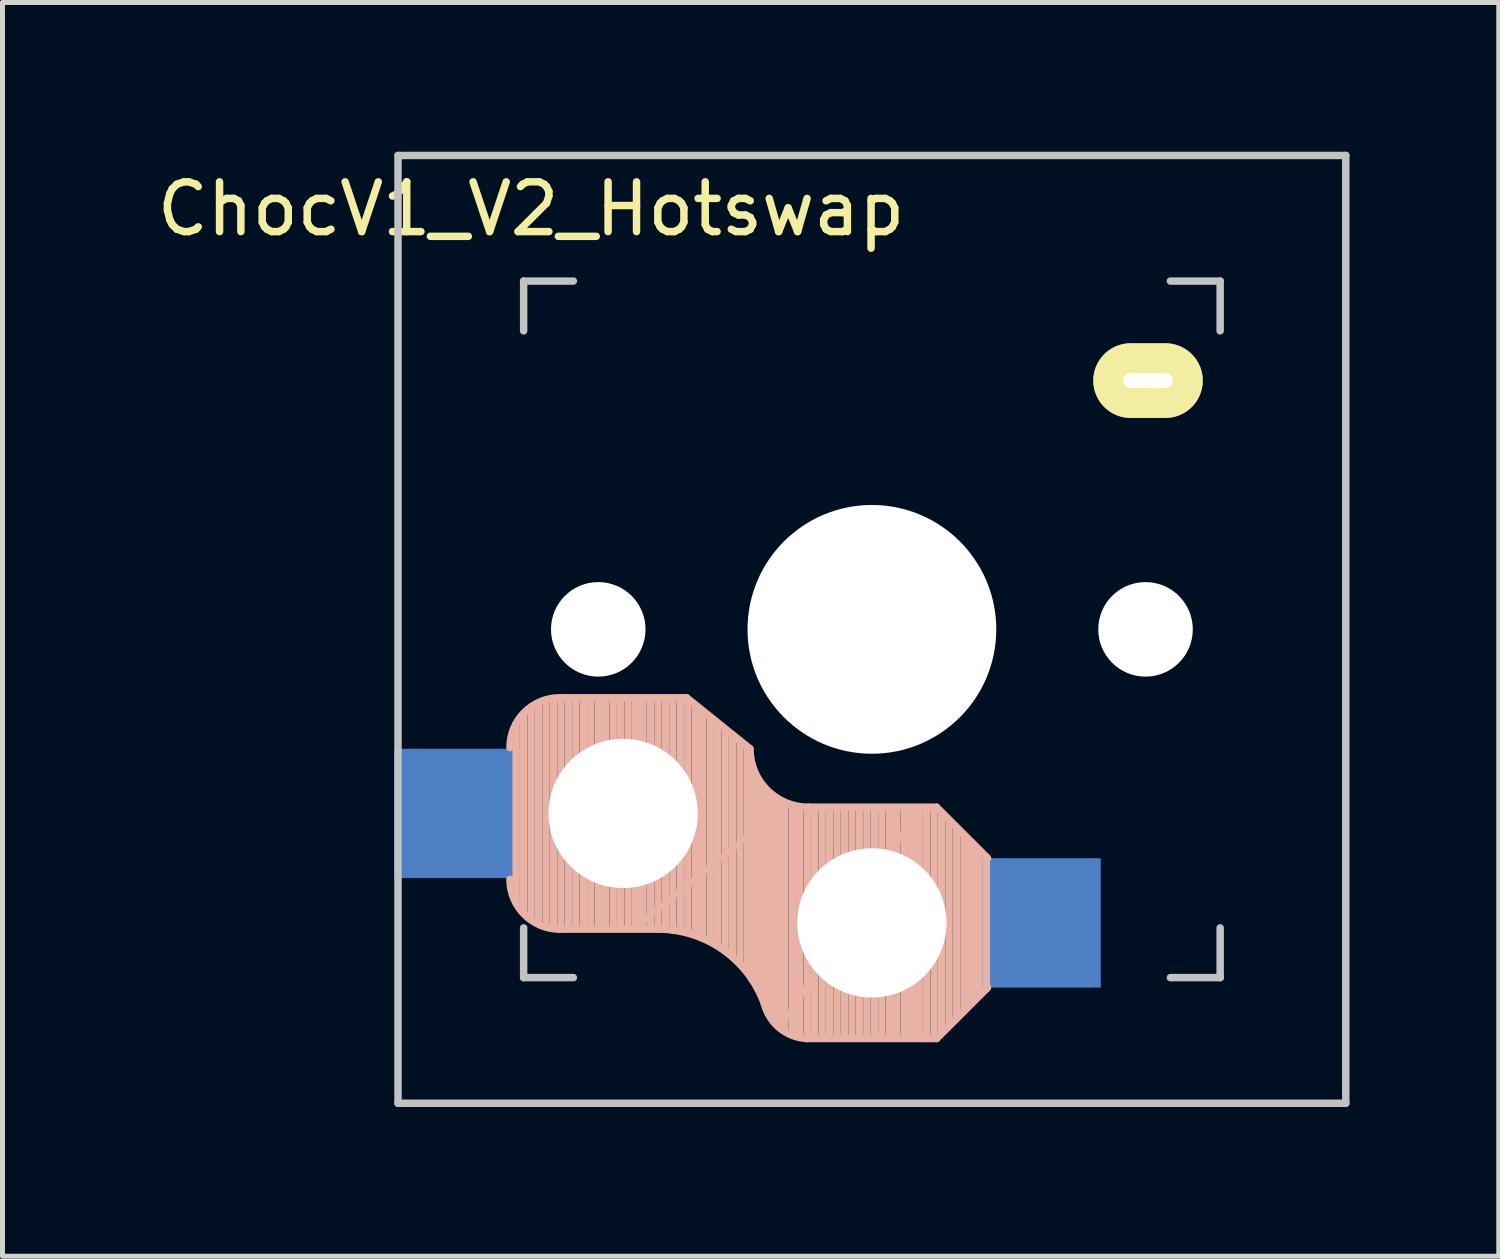
<source format=kicad_pcb>
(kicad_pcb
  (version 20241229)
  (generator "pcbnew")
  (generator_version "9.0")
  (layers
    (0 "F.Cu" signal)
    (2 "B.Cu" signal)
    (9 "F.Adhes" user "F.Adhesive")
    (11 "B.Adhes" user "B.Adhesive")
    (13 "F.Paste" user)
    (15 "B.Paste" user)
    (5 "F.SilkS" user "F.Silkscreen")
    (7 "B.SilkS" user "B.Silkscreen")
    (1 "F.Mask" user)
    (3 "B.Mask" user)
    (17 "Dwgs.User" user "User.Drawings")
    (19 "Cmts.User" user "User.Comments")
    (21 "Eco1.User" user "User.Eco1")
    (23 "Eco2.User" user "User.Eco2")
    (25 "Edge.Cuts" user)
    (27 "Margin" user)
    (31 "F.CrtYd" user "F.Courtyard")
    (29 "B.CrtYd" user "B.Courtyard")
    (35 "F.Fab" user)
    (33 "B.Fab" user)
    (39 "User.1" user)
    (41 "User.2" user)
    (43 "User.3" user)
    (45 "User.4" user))
  (footprint "ChocV1_V2_Hotswap"
    (layer "F.Cu")
    (at 14.475 9.6)
    (property "Reference" "ChocV1_V2_Hotswap" (at -6.85 -8.45 0) (layer "F.SilkS") (effects (font (size 1 1) (thickness 0.15))))
    (attr through_hole)
    (fp_line (start -7.15 5.5) (end -7.15 1.9) (stroke (width 0.15) (type solid)) (layer "B.SilkS"))
    (fp_line (start -7 5.7) (end -7 1.7) (stroke (width 0.15) (type solid)) (layer "B.SilkS"))
    (fp_line (start -6.85 5.8) (end -6.85 1.6) (stroke (width 0.15) (type solid)) (layer "B.SilkS"))
    (fp_line (start -6.7 5.9) (end -6.7 1.5) (stroke (width 0.15) (type solid)) (layer "B.SilkS"))
    (fp_line (start -6.55 5.95) (end -6.55 1.45) (stroke (width 0.15) (type solid)) (layer "B.SilkS"))
    (fp_line (start -6.4 6) (end -6.4 1.45) (stroke (width 0.15) (type solid)) (layer "B.SilkS"))
    (fp_line (start -6.25 6) (end -6.25 1.4) (stroke (width 0.15) (type solid)) (layer "B.SilkS"))
    (fp_line (start -6.1 6) (end -6.1 1.4) (stroke (width 0.15) (type solid)) (layer "B.SilkS"))
    (fp_line (start -5.95 6) (end -5.95 1.4) (stroke (width 0.15) (type solid)) (layer "B.SilkS"))
    (fp_line (start -5.8 6) (end -5.8 1.4) (stroke (width 0.15) (type solid)) (layer "B.SilkS"))
    (fp_line (start -5.65 6) (end -5.65 1.4) (stroke (width 0.15) (type solid)) (layer "B.SilkS"))
    (fp_line (start -5.5 6) (end -5.5 1.4) (stroke (width 0.15) (type solid)) (layer "B.SilkS"))
    (fp_line (start -5.35 6) (end -5.35 1.4) (stroke (width 0.15) (type solid)) (layer "B.SilkS"))
    (fp_line (start -5.2 6) (end -5.2 1.4) (stroke (width 0.15) (type solid)) (layer "B.SilkS"))
    (fp_line (start -5.05 6) (end -5.05 1.4) (stroke (width 0.15) (type solid)) (layer "B.SilkS"))
    (fp_line (start -4.9 6) (end -4.9 1.4) (stroke (width 0.15) (type solid)) (layer "B.SilkS"))
    (fp_line (start -4.75 6) (end -4.75 1.4) (stroke (width 0.15) (type solid)) (layer "B.SilkS"))
    (fp_line (start -4.65 5.9) (end -4.65 1.4) (stroke (width 0.12) (type solid)) (layer "B.SilkS"))
    (fp_line (start -4.6 6) (end -4.6 1.4) (stroke (width 0.15) (type solid)) (layer "B.SilkS"))
    (fp_line (start -4.45 6) (end -4.45 1.4) (stroke (width 0.15) (type solid)) (layer "B.SilkS"))
    (fp_line (start -4.3 6) (end -4.3 1.4) (stroke (width 0.15) (type solid)) (layer "B.SilkS"))
    (fp_line (start -4.3 6.025) (end -6.275 6.025) (stroke (width 0.15) (type solid)) (layer "B.SilkS"))
    (fp_line (start -4.15 6) (end -4.15 1.45) (stroke (width 0.15) (type solid)) (layer "B.SilkS"))
    (fp_line (start -4 6.05) (end -4 1.4) (stroke (width 0.15) (type solid)) (layer "B.SilkS"))
    (fp_line (start -3.85 6.05) (end -3.85 1.4) (stroke (width 0.15) (type solid)) (layer "B.SilkS"))
    (fp_line (start -3.725 1.375) (end -6.275 1.375) (stroke (width 0.15) (type solid)) (layer "B.SilkS"))
    (fp_line (start -3.725 1.375) (end -2.45 2.4) (stroke (width 0.15) (type solid)) (layer "B.SilkS"))
    (fp_line (start -3.7 6.05) (end -3.7 1.45) (stroke (width 0.15) (type solid)) (layer "B.SilkS"))
    (fp_line (start -3.55 6.1) (end -3.55 1.55) (stroke (width 0.15) (type solid)) (layer "B.SilkS"))
    (fp_line (start -3.4 6.2) (end -3.4 1.65) (stroke (width 0.15) (type solid)) (layer "B.SilkS"))
    (fp_line (start -3.25 6.25) (end -3.25 1.8) (stroke (width 0.15) (type solid)) (layer "B.SilkS"))
    (fp_line (start -3.1 6.35) (end -3.1 1.9) (stroke (width 0.15) (type solid)) (layer "B.SilkS"))
    (fp_line (start -2.95 6.45) (end -2.95 2.05) (stroke (width 0.15) (type solid)) (layer "B.SilkS"))
    (fp_line (start -2.8 6.55) (end -2.8 2.15) (stroke (width 0.15) (type solid)) (layer "B.SilkS"))
    (fp_line (start -2.65 6.7) (end -2.65 2.25) (stroke (width 0.15) (type solid)) (layer "B.SilkS"))
    (fp_line (start -2.5 6.85) (end -2.5 2.4) (stroke (width 0.15) (type solid)) (layer "B.SilkS"))
    (fp_line (start -2.4 7.05) (end -2.4 2.9) (stroke (width 0.15) (type solid)) (layer "B.SilkS"))
    (fp_line (start -2.3 7.2) (end -2.3 3.05) (stroke (width 0.15) (type solid)) (layer "B.SilkS"))
    (fp_line (start -2.2 7.4) (end -2.2 3.25) (stroke (width 0.15) (type solid)) (layer "B.SilkS"))
    (fp_line (start -2.1 7.55) (end -2.1 3.35) (stroke (width 0.15) (type solid)) (layer "B.SilkS"))
    (fp_line (start -2 7.8) (end -2 3.4) (stroke (width 0.15) (type solid)) (layer "B.SilkS"))
    (fp_line (start -1.9 7.95) (end -1.9 3.45) (stroke (width 0.15) (type solid)) (layer "B.SilkS"))
    (fp_line (start -1.8 3.6) (end -4.65 5.9) (stroke (width 0.12) (type solid)) (layer "B.SilkS"))
    (fp_line (start -1.8 7.95) (end -1.8 3.6) (stroke (width 0.12) (type solid)) (layer "B.SilkS"))
    (fp_line (start -1.75 8.05) (end -1.75 3.5) (stroke (width 0.15) (type solid)) (layer "B.SilkS"))
    (fp_line (start -1.6 8.15) (end -1.6 3.6) (stroke (width 0.15) (type solid)) (layer "B.SilkS"))
    (fp_line (start -1.45 8.2) (end -1.45 3.6) (stroke (width 0.15) (type solid)) (layer "B.SilkS"))
    (fp_line (start -1.3 8.2) (end -1.3 3.6) (stroke (width 0.15) (type solid)) (layer "B.SilkS"))
    (fp_line (start -1.15 8.2) (end -1.15 3.65) (stroke (width 0.15) (type solid)) (layer "B.SilkS"))
    (fp_line (start -1 8.2) (end -1 3.6) (stroke (width 0.15) (type solid)) (layer "B.SilkS"))
    (fp_line (start -0.85 8.2) (end -0.85 3.6) (stroke (width 0.15) (type solid)) (layer "B.SilkS"))
    (fp_line (start -0.7 8.2) (end -0.7 3.6) (stroke (width 0.15) (type solid)) (layer "B.SilkS"))
    (fp_line (start -0.55 8.2) (end -0.55 3.6) (stroke (width 0.15) (type solid)) (layer "B.SilkS"))
    (fp_line (start -0.4 8.2) (end -0.4 3.6) (stroke (width 0.15) (type solid)) (layer "B.SilkS"))
    (fp_line (start -0.25 8.2) (end -0.25 3.6) (stroke (width 0.15) (type solid)) (layer "B.SilkS"))
    (fp_line (start -0.1 8.2) (end -0.1 3.6) (stroke (width 0.15) (type solid)) (layer "B.SilkS"))
    (fp_line (start 0.05 8.2) (end 0.05 3.6) (stroke (width 0.15) (type solid)) (layer "B.SilkS"))
    (fp_line (start 0.2 8.2) (end 0.2 3.6) (stroke (width 0.15) (type solid)) (layer "B.SilkS"))
    (fp_line (start 0.35 8.2) (end 0.35 3.6) (stroke (width 0.15) (type solid)) (layer "B.SilkS"))
    (fp_line (start 0.5 8.2) (end 0.5 3.6) (stroke (width 0.15) (type solid)) (layer "B.SilkS"))
    (fp_line (start 0.65 8.2) (end 0.65 3.6) (stroke (width 0.15) (type solid)) (layer "B.SilkS"))
    (fp_line (start 0.8 8.2) (end 0.8 3.6) (stroke (width 0.15) (type solid)) (layer "B.SilkS"))
    (fp_line (start 0.9 3.65) (end -1.8 7.95) (stroke (width 0.12) (type solid)) (layer "B.SilkS"))
    (fp_line (start 0.9 8.1) (end 0.9 3.65) (stroke (width 0.12) (type solid)) (layer "B.SilkS"))
    (fp_line (start 0.95 8.2) (end 0.95 3.6) (stroke (width 0.15) (type solid)) (layer "B.SilkS"))
    (fp_line (start 1.1 8.2) (end 1.1 3.6) (stroke (width 0.15) (type solid)) (layer "B.SilkS"))
    (fp_line (start 1.25 8.2) (end 1.25 3.6) (stroke (width 0.15) (type solid)) (layer "B.SilkS"))
    (fp_line (start 1.3 3.575) (end -1.275 3.575) (stroke (width 0.15) (type solid)) (layer "B.SilkS"))
    (fp_line (start 1.3 3.575) (end 2.325 4.6) (stroke (width 0.15) (type solid)) (layer "B.SilkS"))
    (fp_line (start 1.3 8.225) (end -1.3 8.225) (stroke (width 0.15) (type solid)) (layer "B.SilkS"))
    (fp_line (start 1.3 8.225) (end 2.325 7.2) (stroke (width 0.15) (type solid)) (layer "B.SilkS"))
    (fp_line (start 1.4 8.1) (end 1.4 3.7) (stroke (width 0.15) (type solid)) (layer "B.SilkS"))
    (fp_line (start 1.55 7.95) (end 1.55 3.85) (stroke (width 0.15) (type solid)) (layer "B.SilkS"))
    (fp_line (start 1.7 7.8) (end 1.7 4) (stroke (width 0.15) (type solid)) (layer "B.SilkS"))
    (fp_line (start 1.85 7.65) (end 1.85 4.15) (stroke (width 0.15) (type solid)) (layer "B.SilkS"))
    (fp_line (start 1.95 7.55) (end 1.95 4.25) (stroke (width 0.15) (type solid)) (layer "B.SilkS"))
    (fp_line (start 2.05 7.45) (end 2.05 4.35) (stroke (width 0.15) (type solid)) (layer "B.SilkS"))
    (fp_line (start 2.15 7.35) (end 2.15 4.45) (stroke (width 0.15) (type solid)) (layer "B.SilkS"))
    (fp_line (start 2.3 4.575) (end 2.3 7.225) (stroke (width 0.15) (type solid)) (layer "B.SilkS"))
    (fp_arc (start -7.275 2.375) (mid -6.982107 1.667893) (end -6.275 1.375) (stroke (width 0.15) (type solid)) (layer "B.SilkS"))
    (fp_arc (start -6.275 6.025) (mid -6.982107 5.732107) (end -7.275 5.025) (stroke (width 0.15) (type solid)) (layer "B.SilkS"))
    (fp_arc (start -4.3 6.025) (mid -2.995114 6.436429) (end -2.162199 7.521904) (stroke (width 0.15) (type solid)) (layer "B.SilkS"))
    (fp_arc (start -1.300995 8.223791) (mid -1.848284 8.016021) (end -2.162199 7.521904) (stroke (width 0.15) (type solid)) (layer "B.SilkS"))
    (fp_arc (start -1.275 3.575) (mid -2.10585 3.23085) (end -2.45 2.4) (stroke (width 0.15) (type solid)) (layer "B.SilkS"))
    (fp_line (start -9.525 -9.525) (end 9.525 -9.525) (stroke (width 0.15) (type solid)) (layer "Dwgs.User"))
    (fp_line (start -9.525 9.525) (end -9.525 -9.525) (stroke (width 0.15) (type solid)) (layer "Dwgs.User"))
    (fp_line (start -7 -7) (end -6 -7) (stroke (width 0.15) (type solid)) (layer "Dwgs.User"))
    (fp_line (start -7 -6) (end -7 -7) (stroke (width 0.15) (type solid)) (layer "Dwgs.User"))
    (fp_line (start -7 7) (end -7 6) (stroke (width 0.15) (type solid)) (layer "Dwgs.User"))
    (fp_line (start -6 7) (end -7 7) (stroke (width 0.15) (type solid)) (layer "Dwgs.User"))
    (fp_line (start 6 7) (end 7 7) (stroke (width 0.15) (type solid)) (layer "Dwgs.User"))
    (fp_line (start 7 -7) (end 6 -7) (stroke (width 0.15) (type solid)) (layer "Dwgs.User"))
    (fp_line (start 7 -6) (end 7 -7) (stroke (width 0.15) (type solid)) (layer "Dwgs.User"))
    (fp_line (start 7 7) (end 7 6) (stroke (width 0.15) (type solid)) (layer "Dwgs.User"))
    (fp_line (start 9.525 -9.525) (end 9.525 9.525) (stroke (width 0.15) (type solid)) (layer "Dwgs.User"))
    (fp_line (start 9.525 9.525) (end -9.525 9.525) (stroke (width 0.15) (type solid)) (layer "Dwgs.User"))
    (pad "" np_thru_hole circle (at -5.5 0 90) (size 1.9 1.9) (drill 1.9) (layers "*.Cu"))
    (pad "" np_thru_hole circle (at -5 3.7 90) (size 3 3) (drill 3) (layers "*.Cu" "*.Mask"))
    (pad "" np_thru_hole circle (at 0 0 90) (size 5 5) (drill 5) (layers "*.Cu"))
    (pad "" np_thru_hole circle (at 0 5.9 90) (size 3 3) (drill 3) (layers "*.Cu" "*.Mask"))
    (pad "" np_thru_hole circle (at 5.5 0 90) (size 1.9 1.9) (drill 1.9) (layers "*.Cu"))
    (pad "" thru_hole oval (at 5.55 -5 180) (size 2.2 1.5) (drill oval 1 0.3) (layers "*.Cu" "B.Mask" "F.SilkS"))
    (pad "1" smd rect (at -8.3 3.7 180) (size 2.6 2.6) (layers "B.Cu" "B.Mask" "B.Paste"))
    (pad "2" smd rect (at 3.3 5.9 180) (size 2.6 2.6) (layers "B.Cu" "B.Mask" "B.Paste")))
  (gr_rect
    (start -3 -3)
    (end 27.075 22.2)
    (stroke (width 0.1) (type default))
    (fill no)
    (layer "Edge.Cuts")))
</source>
